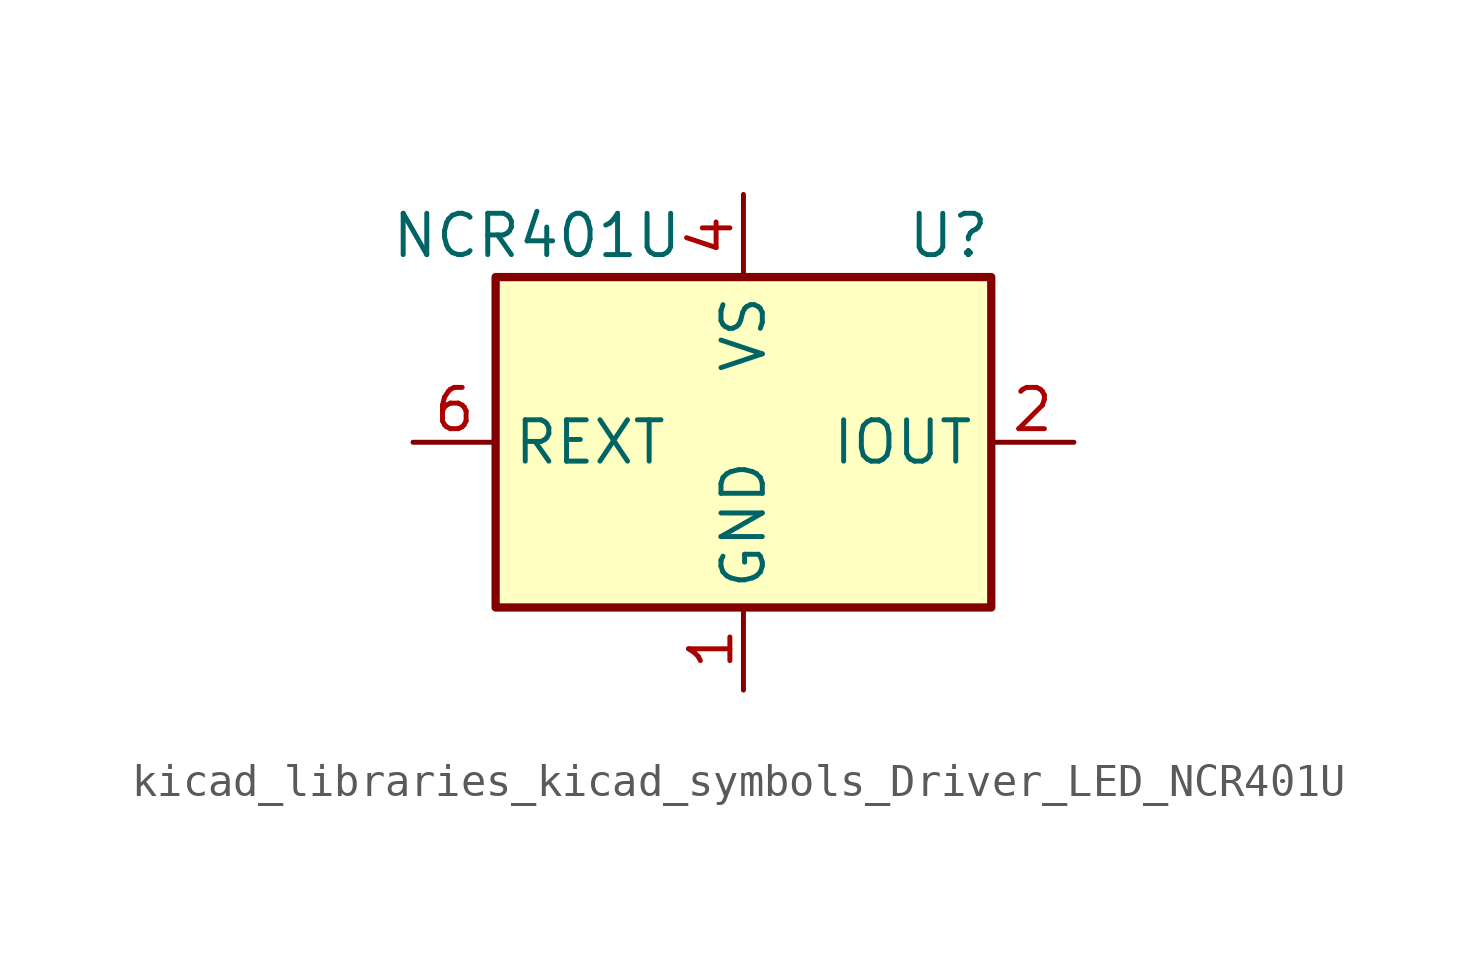
<source format=kicad_sym>
(kicad_symbol_lib
  (version 20220914)
  (generator kicad_symbol_editor)
  (symbol "kicad_libraries_kicad_symbols_Driver_LED_NCR401U"
    (property "Reference" "U"
      (at 7.62 6.35 0)
      (effects (font (size 1.27 1.27)) (justify right)))
    (property "Value" "NCR401U"
      (at -6.35 6.35 0)
      (effects (font (size 1.27 1.27))))
    (symbol "kicad_libraries_kicad_symbols_Driver_LED_NCR401U_0_1"
      (rectangle (start -7.62 5.08) (end 7.62 -5.08) (stroke (width 0.254) (type default)) (fill (type background))))
    (symbol "kicad_libraries_kicad_symbols_Driver_LED_NCR401U_1_1"
      (pin power_in line (at 0 -7.62 90) (length 2.54) (name "GND" (effects (font (size 1.27 1.27)))) (number "1" (effects (font (size 1.27 1.27)))))
      (pin output line (at 10.16 0 180) (length 2.54) (name "IOUT" (effects (font (size 1.27 1.27)))) (number "2" (effects (font (size 1.27 1.27)))))
      (pin passive line (at 10.16 0 180) (length 2.54) hide (name "IOUT" (effects (font (size 1.27 1.27)))) (number "3" (effects (font (size 1.27 1.27)))))
      (pin power_in line (at 0 7.62 270) (length 2.54) (name "VS" (effects (font (size 1.27 1.27)))) (number "4" (effects (font (size 1.27 1.27)))))
      (pin passive line (at 10.16 0 180) (length 2.54) hide (name "IOUT" (effects (font (size 1.27 1.27)))) (number "5" (effects (font (size 1.27 1.27)))))
      (pin passive line (at -10.16 0 0) (length 2.54) (name "REXT" (effects (font (size 1.27 1.27)))) (number "6" (effects (font (size 1.27 1.27))))))))
</source>
